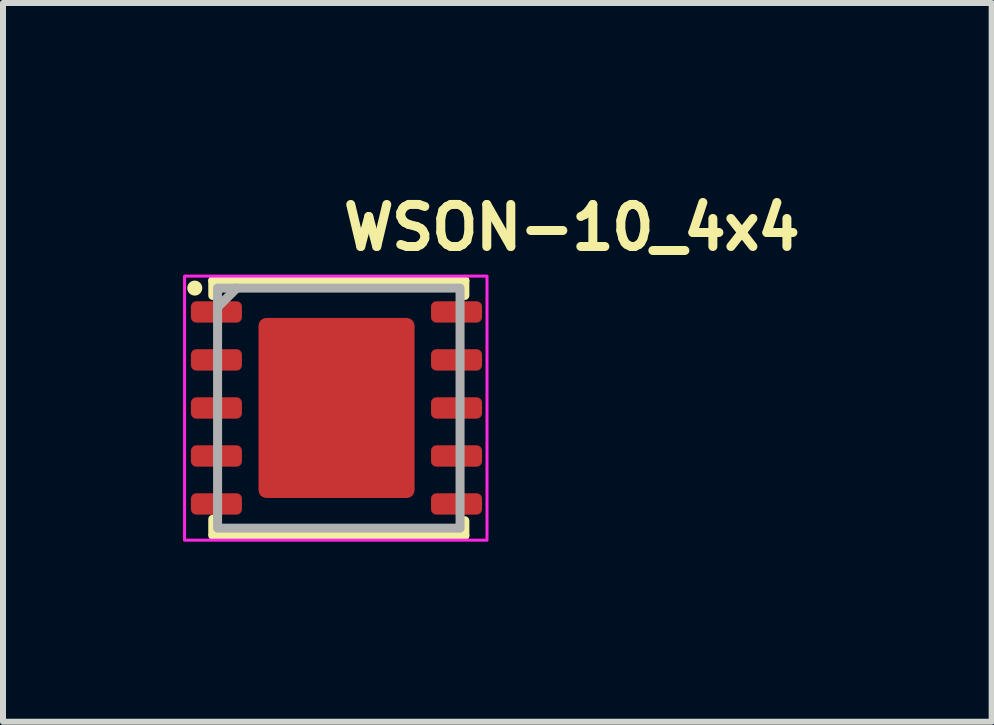
<source format=kicad_pcb>
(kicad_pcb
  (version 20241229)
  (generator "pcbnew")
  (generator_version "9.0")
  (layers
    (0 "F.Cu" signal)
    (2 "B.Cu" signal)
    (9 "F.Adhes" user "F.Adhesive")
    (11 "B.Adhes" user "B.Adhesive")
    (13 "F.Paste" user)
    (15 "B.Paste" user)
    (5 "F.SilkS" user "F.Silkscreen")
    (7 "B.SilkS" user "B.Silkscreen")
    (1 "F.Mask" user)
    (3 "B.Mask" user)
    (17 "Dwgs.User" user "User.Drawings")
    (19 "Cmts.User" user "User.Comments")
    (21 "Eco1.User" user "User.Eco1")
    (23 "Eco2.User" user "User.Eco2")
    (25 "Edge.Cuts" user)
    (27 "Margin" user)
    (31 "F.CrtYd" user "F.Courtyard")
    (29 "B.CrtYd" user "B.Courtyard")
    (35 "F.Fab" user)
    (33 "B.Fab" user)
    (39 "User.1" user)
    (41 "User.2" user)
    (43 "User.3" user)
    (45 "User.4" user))
  (footprint "WSON-10_4x4"
    (layer "F.Cu")
    (at 2.595 3.75)
    (property "Reference" "WSON-10_4x4" (at 0 -2.6 180) (layer "F.SilkS") (effects (font (size 0.7 0.7) (thickness 0.15)) (justify left bottom)))
    (attr smd)
    (fp_line (start -2.1 -2.123) (end -2.1 -1.877) (stroke (width 0.15) (type solid)) (layer "F.SilkS"))
    (fp_line (start -2.1 -2.123) (end 2.1 -2.123) (stroke (width 0.15) (type solid)) (layer "F.SilkS"))
    (fp_line (start -2.1 2.096) (end -2.1 1.85) (stroke (width 0.15) (type solid)) (layer "F.SilkS"))
    (fp_line (start 2.1 -2.123) (end 2.1 -1.877) (stroke (width 0.15) (type solid)) (layer "F.SilkS"))
    (fp_line (start 2.1 2.122) (end -2.1 2.122) (stroke (width 0.15) (type solid)) (layer "F.SilkS"))
    (fp_line (start 2.1 2.122) (end 2.1 1.876) (stroke (width 0.15) (type solid)) (layer "F.SilkS"))
    (fp_circle (center -2.4 -2) (end -2.35 -2) (stroke (width 0.15) (type solid)) (fill yes) (layer "F.SilkS"))
    (fp_rect (start -2.57 -2.2) (end 2.469 2.2) (stroke (width 0.05) (type solid)) (fill no) (layer "F.CrtYd"))
    (fp_line (start -1.7 -2) (end -2 -1.7) (stroke (width 0.15) (type solid)) (layer "F.Fab"))
    (fp_rect (start -2.02 -2) (end 2.02 2) (stroke (width 0.15) (type solid)) (fill no) (layer "F.Fab"))
    (fp_rect (start -2.02 -2) (end 2.02 2) (stroke (width 0.1) (type solid)) (fill no) (layer "User.5"))
    (fp_line (start -2.02 -1.75) (end -2.02 -1.45) (stroke (width 0.02) (type solid)) (layer "User.9"))
    (fp_line (start -2.02 -0.951) (end -2.02 -0.651) (stroke (width 0.02) (type solid)) (layer "User.9"))
    (fp_line (start -2.02 -0.15) (end -2.02 0.149) (stroke (width 0.02) (type solid)) (layer "User.9"))
    (fp_line (start -2.02 0.65) (end -2.02 0.95) (stroke (width 0.02) (type solid)) (layer "User.9"))
    (fp_line (start -2.02 1.449) (end -2.02 1.749) (stroke (width 0.02) (type solid)) (layer "User.9"))
    (fp_line (start -2 -2) (end -2 1.999) (stroke (width 0.02) (type solid)) (layer "User.9"))
    (fp_line (start -2 -1.75) (end -2.02 -1.75) (stroke (width 0.02) (type solid)) (layer "User.9"))
    (fp_line (start -2 -1.45) (end -2.02 -1.45) (stroke (width 0.02) (type solid)) (layer "User.9"))
    (fp_line (start -2 -0.951) (end -2.02 -0.951) (stroke (width 0.02) (type solid)) (layer "User.9"))
    (fp_line (start -2 -0.651) (end -2.02 -0.651) (stroke (width 0.02) (type solid)) (layer "User.9"))
    (fp_line (start -2 -0.15) (end -2.02 -0.15) (stroke (width 0.02) (type solid)) (layer "User.9"))
    (fp_line (start -2 0.149) (end -2.02 0.149) (stroke (width 0.02) (type solid)) (layer "User.9"))
    (fp_line (start -2 0.65) (end -2.02 0.65) (stroke (width 0.02) (type solid)) (layer "User.9"))
    (fp_line (start -2 0.95) (end -2.02 0.95) (stroke (width 0.02) (type solid)) (layer "User.9"))
    (fp_line (start -2 1.449) (end -2.02 1.449) (stroke (width 0.02) (type solid)) (layer "User.9"))
    (fp_line (start -2 1.749) (end -2.02 1.749) (stroke (width 0.02) (type solid)) (layer "User.9"))
    (fp_line (start -2 1.999) (end 1.999 1.999) (stroke (width 0.02) (type solid)) (layer "User.9"))
    (fp_line (start 1.999 -2) (end -2 -2) (stroke (width 0.02) (type solid)) (layer "User.9"))
    (fp_line (start 1.999 -1.75) (end 2.019 -1.75) (stroke (width 0.02) (type solid)) (layer "User.9"))
    (fp_line (start 1.999 -1.45) (end 2.019 -1.45) (stroke (width 0.02) (type solid)) (layer "User.9"))
    (fp_line (start 1.999 -0.951) (end 2.019 -0.951) (stroke (width 0.02) (type solid)) (layer "User.9"))
    (fp_line (start 1.999 -0.651) (end 2.019 -0.651) (stroke (width 0.02) (type solid)) (layer "User.9"))
    (fp_line (start 1.999 -0.15) (end 2.019 -0.15) (stroke (width 0.02) (type solid)) (layer "User.9"))
    (fp_line (start 1.999 0.149) (end 2.019 0.149) (stroke (width 0.02) (type solid)) (layer "User.9"))
    (fp_line (start 1.999 0.95) (end 2.019 0.95) (stroke (width 0.02) (type solid)) (layer "User.9"))
    (fp_line (start 1.999 1.449) (end 2.019 1.449) (stroke (width 0.02) (type solid)) (layer "User.9"))
    (fp_line (start 1.999 1.749) (end 2.019 1.749) (stroke (width 0.02) (type solid)) (layer "User.9"))
    (fp_line (start 1.999 1.999) (end 1.999 -2) (stroke (width 0.02) (type solid)) (layer "User.9"))
    (fp_line (start 2.019 -1.45) (end 2.019 -1.75) (stroke (width 0.02) (type solid)) (layer "User.9"))
    (fp_line (start 2.019 -0.651) (end 2.019 -0.951) (stroke (width 0.02) (type solid)) (layer "User.9"))
    (fp_line (start 2.019 0.149) (end 2.019 -0.15) (stroke (width 0.02) (type solid)) (layer "User.9"))
    (fp_line (start 2.019 0.65) (end 1.999 0.65) (stroke (width 0.02) (type solid)) (layer "User.9"))
    (fp_line (start 2.019 0.95) (end 2.019 0.65) (stroke (width 0.02) (type solid)) (layer "User.9"))
    (fp_line (start 2.019 1.749) (end 2.019 1.449) (stroke (width 0.02) (type solid)) (layer "User.9"))
    (fp_circle (center -1.498 -1.551) (end -1.36 -1.555) (stroke (width 0.02) (type solid)) (fill no) (layer "User.9"))
    (pad "1" smd roundrect (at -2.039 -1.603 90) (size 0.356 0.85) (layers "F.Cu" "F.Mask" "F.Paste") (roundrect_rratio 0.25))
    (pad "2" smd roundrect (at -2.039 -0.804 90) (size 0.356 0.85) (layers "F.Cu" "F.Mask" "F.Paste") (roundrect_rratio 0.25))
    (pad "3" smd roundrect (at -2.039 -0.003 90) (size 0.356 0.85) (layers "F.Cu" "F.Mask" "F.Paste") (roundrect_rratio 0.25))
    (pad "4" smd roundrect (at -2.039 0.797 90) (size 0.356 0.85) (layers "F.Cu" "F.Mask" "F.Paste") (roundrect_rratio 0.25))
    (pad "5" smd roundrect (at -2.039 1.596 90) (size 0.356 0.85) (layers "F.Cu" "F.Mask" "F.Paste") (roundrect_rratio 0.25))
    (pad "6" smd roundrect (at 1.961 1.596 90) (size 0.356 0.85) (layers "F.Cu" "F.Mask" "F.Paste") (roundrect_rratio 0.25))
    (pad "7" smd roundrect (at 1.961 0.797 90) (size 0.356 0.85) (layers "F.Cu" "F.Mask" "F.Paste") (roundrect_rratio 0.25))
    (pad "8" smd roundrect (at 1.961 -0.003 90) (size 0.356 0.85) (layers "F.Cu" "F.Mask" "F.Paste") (roundrect_rratio 0.25))
    (pad "9" smd roundrect (at 1.961 -0.804 90) (size 0.356 0.85) (layers "F.Cu" "F.Mask" "F.Paste") (roundrect_rratio 0.25))
    (pad "10" smd roundrect (at 1.961 -1.603 90) (size 0.356 0.85) (layers "F.Cu" "F.Mask" "F.Paste") (roundrect_rratio 0.25))
    (pad "11" smd roundrect (at -0.038 -0.003 180) (size 2.6 3) (layers "F.Cu" "F.Mask" "F.Paste") (roundrect_rratio 0.05)))
  (gr_rect
    (start -3 -3)
    (end 13.472 8.975)
    (stroke (width 0.1) (type default))
    (fill no)
    (layer "Edge.Cuts")))
</source>
